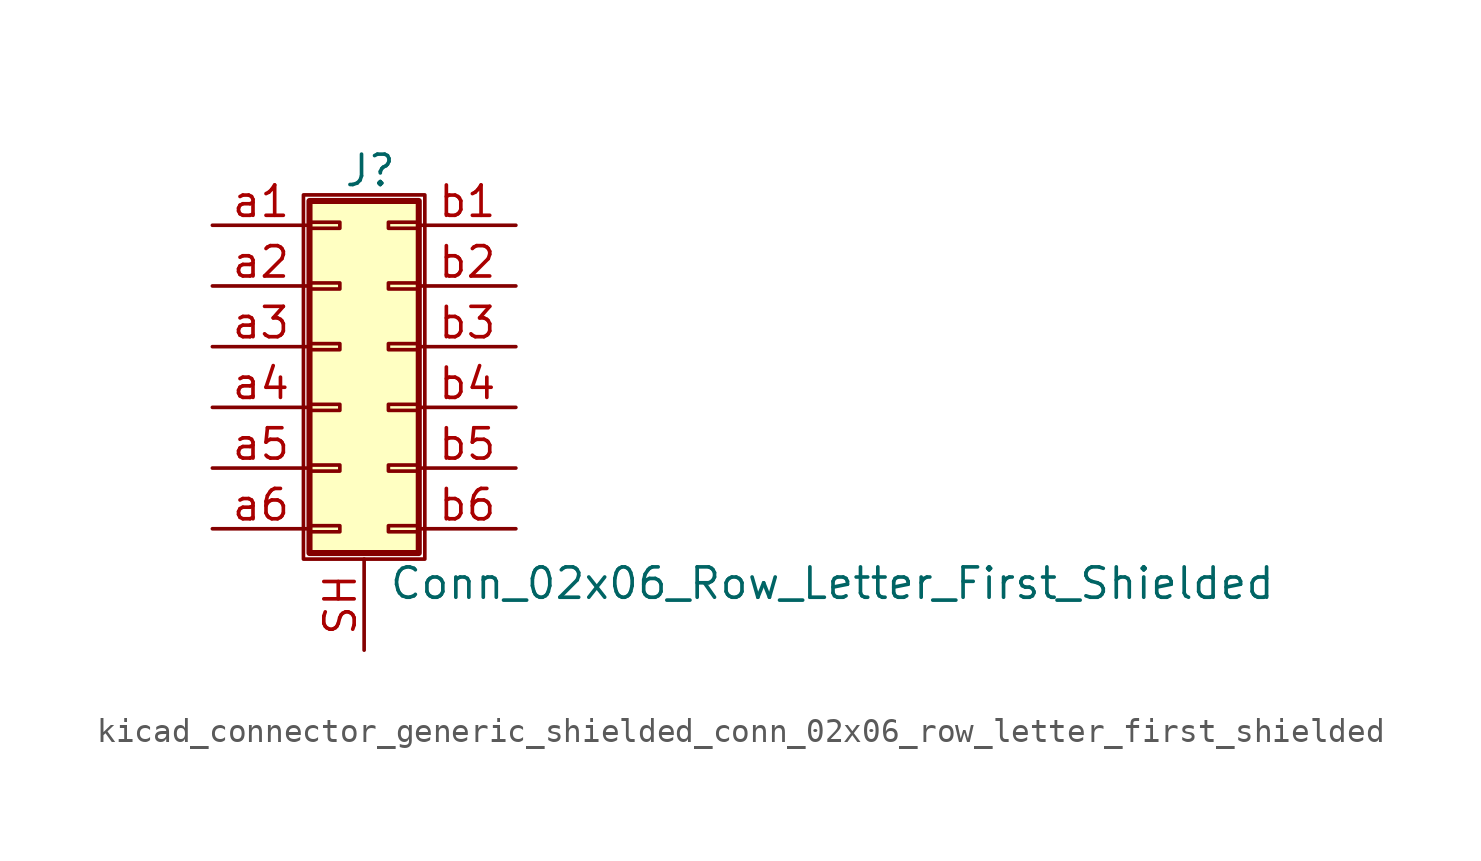
<source format=kicad_sym>
(kicad_symbol_lib
  (version 20220914)
  (generator kicad_symbol_editor)
  (symbol "kicad_connector_generic_shielded_conn_02x06_row_letter_first_shielded"
    (pin_names
      (offset 1.016) hide)
    (property "Reference" "J"
      (at 1.524 7.366 0)
      (effects (font (size 1.27 1.27))))
    (property "Value" "Conn_02x06_Row_Letter_First_Shielded"
      (at 2.286 -9.906 0)
      (effects (font (size 1.27 1.27)) (justify left)))
    (symbol "kicad_connector_generic_shielded_conn_02x06_row_letter_first_shielded_1_1"
      (rectangle (start -1.27 6.35) (end 3.81 -8.89) (stroke (width 0.152) (type default)) (fill (type none)))
      (rectangle (start -1.016 -7.493) (end 0.254 -7.747) (stroke (width 0.152) (type default)) (fill (type none)))
      (rectangle (start -1.016 -4.953) (end 0.254 -5.207) (stroke (width 0.152) (type default)) (fill (type none)))
      (rectangle (start -1.016 -2.413) (end 0.254 -2.667) (stroke (width 0.152) (type default)) (fill (type none)))
      (rectangle (start -1.016 0.127) (end 0.254 -0.127) (stroke (width 0.152) (type default)) (fill (type none)))
      (rectangle (start -1.016 2.667) (end 0.254 2.413) (stroke (width 0.152) (type default)) (fill (type none)))
      (rectangle (start -1.016 5.207) (end 0.254 4.953) (stroke (width 0.152) (type default)) (fill (type none)))
      (rectangle (start -1.016 6.096) (end 3.556 -8.636) (stroke (width 0.254) (type default)) (fill (type background)))
      (rectangle (start 3.556 -7.493) (end 2.286 -7.747) (stroke (width 0.152) (type default)) (fill (type none)))
      (rectangle (start 3.556 -4.953) (end 2.286 -5.207) (stroke (width 0.152) (type default)) (fill (type none)))
      (rectangle (start 3.556 -2.413) (end 2.286 -2.667) (stroke (width 0.152) (type default)) (fill (type none)))
      (rectangle (start 3.556 0.127) (end 2.286 -0.127) (stroke (width 0.152) (type default)) (fill (type none)))
      (rectangle (start 3.556 2.667) (end 2.286 2.413) (stroke (width 0.152) (type default)) (fill (type none)))
      (rectangle (start 3.556 5.207) (end 2.286 4.953) (stroke (width 0.152) (type default)) (fill (type none)))
      (pin passive line (at 1.27 -12.7 90) (length 3.81) (name "Shield" (effects (font (size 1.27 1.27)))) (number "SH" (effects (font (size 1.27 1.27)))))
      (pin passive line (at -5.08 5.08 0) (length 4.064) (name "Pin_a1" (effects (font (size 1.27 1.27)))) (number "a1" (effects (font (size 1.27 1.27)))))
      (pin passive line (at -5.08 2.54 0) (length 4.064) (name "Pin_a2" (effects (font (size 1.27 1.27)))) (number "a2" (effects (font (size 1.27 1.27)))))
      (pin passive line (at -5.08 0 0) (length 4.064) (name "Pin_a3" (effects (font (size 1.27 1.27)))) (number "a3" (effects (font (size 1.27 1.27)))))
      (pin passive line (at -5.08 -2.54 0) (length 4.064) (name "Pin_a4" (effects (font (size 1.27 1.27)))) (number "a4" (effects (font (size 1.27 1.27)))))
      (pin passive line (at -5.08 -5.08 0) (length 4.064) (name "Pin_a5" (effects (font (size 1.27 1.27)))) (number "a5" (effects (font (size 1.27 1.27)))))
      (pin passive line (at -5.08 -7.62 0) (length 4.064) (name "Pin_a6" (effects (font (size 1.27 1.27)))) (number "a6" (effects (font (size 1.27 1.27)))))
      (pin passive line (at 7.62 5.08 180) (length 4.064) (name "Pin_b1" (effects (font (size 1.27 1.27)))) (number "b1" (effects (font (size 1.27 1.27)))))
      (pin passive line (at 7.62 2.54 180) (length 4.064) (name "Pin_b2" (effects (font (size 1.27 1.27)))) (number "b2" (effects (font (size 1.27 1.27)))))
      (pin passive line (at 7.62 0 180) (length 4.064) (name "Pin_b3" (effects (font (size 1.27 1.27)))) (number "b3" (effects (font (size 1.27 1.27)))))
      (pin passive line (at 7.62 -2.54 180) (length 4.064) (name "Pin_b4" (effects (font (size 1.27 1.27)))) (number "b4" (effects (font (size 1.27 1.27)))))
      (pin passive line (at 7.62 -5.08 180) (length 4.064) (name "Pin_b5" (effects (font (size 1.27 1.27)))) (number "b5" (effects (font (size 1.27 1.27)))))
      (pin passive line (at 7.62 -7.62 180) (length 4.064) (name "Pin_b6" (effects (font (size 1.27 1.27)))) (number "b6" (effects (font (size 1.27 1.27))))))))
</source>
